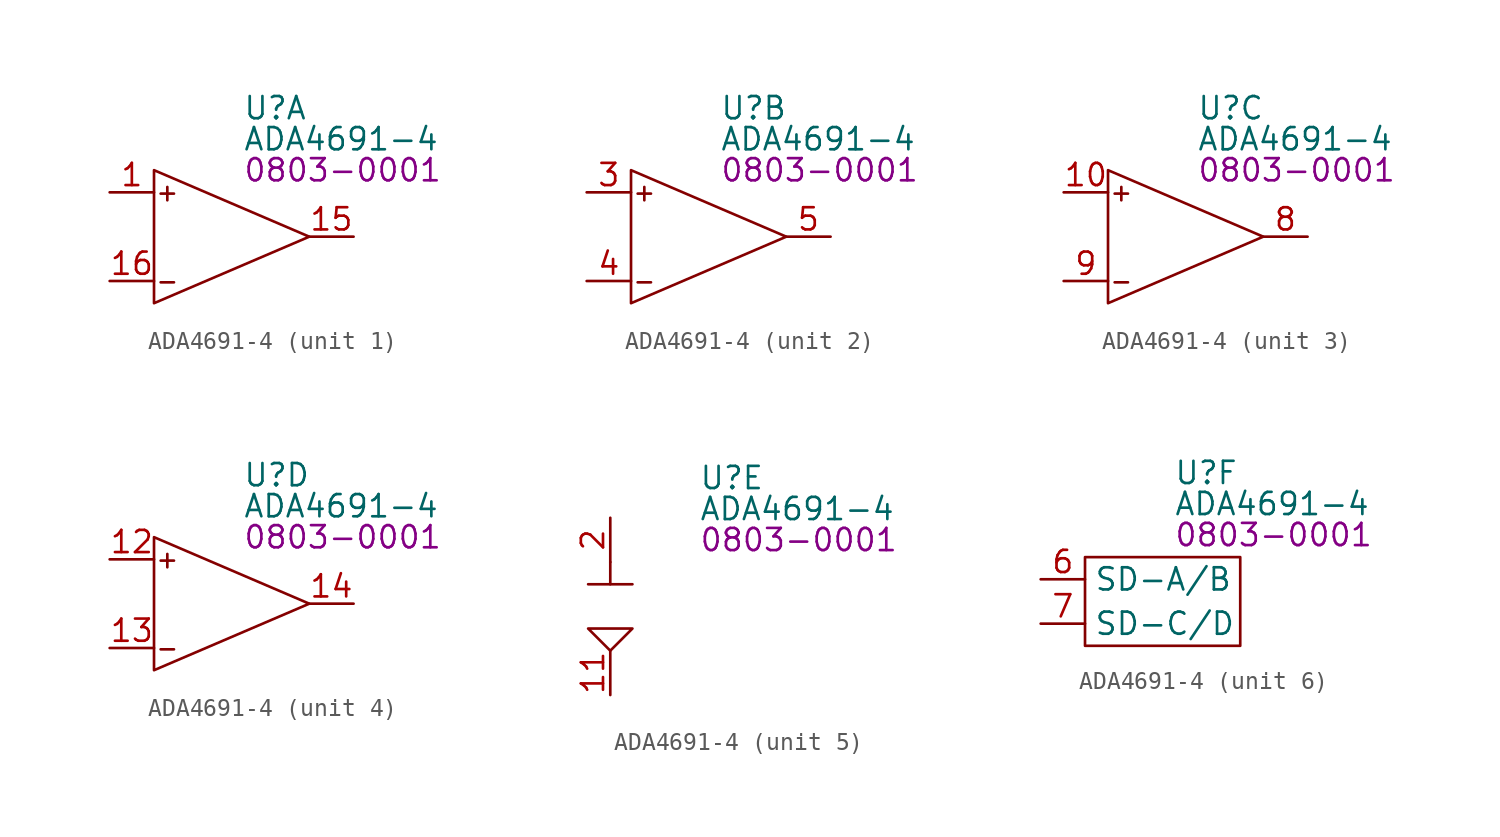
<source format=kicad_sym>
(kicad_symbol_lib
  (version 20231120)
  (generator "kicad_symbol_editor")
  (generator_version "8.0")
  (symbol "ADA4691-4"
    (property "Reference" "U"
      (at 5.08 7.366 0)
      (effects (justify left) (font (thickness 0) (bold no) (italic no) (size 1.27 1.27))))
    (property "Value" "ADA4691-4"
      (at 5.08 5.588 0)
      (effects (justify left) (font (thickness 0) (bold no) (italic no) (size 1.27 1.27))))
    (property "PartNumber" "0803-0001"
      (at 5.08 3.81 0)
      (effects (justify left) (font (thickness 0) (bold no) (italic no) (size 1.27 1.27))))
    (property "ki_locked" ""
      (at 0 0 0)
      (effects (font (thickness 0) (bold no) (italic no) (size 1.27 1.27))))
    (symbol "ADA4691-4_1_0"
      (pin input line (length 2.54) (at -2.54 2.54 0) (name "+INA" (effects (font (thickness 0) (bold no) (italic no) (size 0 0)))) (number "1" (effects (font (thickness 0) (bold no) (italic no) (size 1.27 1.27)))))
      (pin output line (length 2.54) (at 11.43 0 180) (name "OUTA" (effects (font (thickness 0) (bold no) (italic no) (size 0 0)))) (number "15" (effects (font (thickness 0) (bold no) (italic no) (size 1.27 1.27)))))
      (pin input line (length 2.54) (at -2.54 -2.54 0) (name "-INA" (effects (font (thickness 0) (bold no) (italic no) (size 0 0)))) (number "16" (effects (font (thickness 0) (bold no) (italic no) (size 1.27 1.27))))))
    (symbol "ADA4691-4_1_1"
      (polyline (pts (xy 0 3.81) (xy 8.89 0) (xy 0 -3.81) (xy 0 3.81)) (stroke (width 0) (type default)) (fill (type none)))
      (text "+" (at 0.762 2.54 0) (effects (font (thickness 0) (bold no) (italic no) (size 1 1))))
      (text "-" (at 0.762 -2.54 0) (effects (font (thickness 0) (bold no) (italic no) (size 1 1)))))
    (symbol "ADA4691-4_2_0"
      (pin input line (length 2.54) (at -2.54 2.54 0) (name "+INB" (effects (font (thickness 0) (bold no) (italic no) (size 0 0)))) (number "3" (effects (font (thickness 0) (bold no) (italic no) (size 1.27 1.27)))))
      (pin input line (length 2.54) (at -2.54 -2.54 0) (name "-INB" (effects (font (thickness 0) (bold no) (italic no) (size 0 0)))) (number "4" (effects (font (thickness 0) (bold no) (italic no) (size 1.27 1.27)))))
      (pin output line (length 2.54) (at 11.43 0 180) (name "OUTB" (effects (font (thickness 0) (bold no) (italic no) (size 0 0)))) (number "5" (effects (font (thickness 0) (bold no) (italic no) (size 1.27 1.27))))))
    (symbol "ADA4691-4_2_1"
      (polyline (pts (xy 0 3.81) (xy 8.89 0) (xy 0 -3.81) (xy 0 3.81)) (stroke (width 0) (type default)) (fill (type none)))
      (text "+" (at 0.762 2.54 0) (effects (font (thickness 0) (bold no) (italic no) (size 1 1))))
      (text "-" (at 0.762 -2.54 0) (effects (font (thickness 0) (bold no) (italic no) (size 1 1)))))
    (symbol "ADA4691-4_3_0"
      (pin input line (length 2.54) (at -2.54 2.54 0) (name "+INC" (effects (font (thickness 0) (bold no) (italic no) (size 0 0)))) (number "10" (effects (font (thickness 0) (bold no) (italic no) (size 1.27 1.27)))))
      (pin output line (length 2.54) (at 11.43 0 180) (name "OUTC" (effects (font (thickness 0) (bold no) (italic no) (size 0 0)))) (number "8" (effects (font (thickness 0) (bold no) (italic no) (size 1.27 1.27)))))
      (pin input line (length 2.54) (at -2.54 -2.54 0) (name "-INC" (effects (font (thickness 0) (bold no) (italic no) (size 0 0)))) (number "9" (effects (font (thickness 0) (bold no) (italic no) (size 1.27 1.27))))))
    (symbol "ADA4691-4_3_1"
      (polyline (pts (xy 0 3.81) (xy 8.89 0) (xy 0 -3.81) (xy 0 3.81)) (stroke (width 0) (type default)) (fill (type none)))
      (text "+" (at 0.762 2.54 0) (effects (font (thickness 0) (bold no) (italic no) (size 1 1))))
      (text "-" (at 0.762 -2.54 0) (effects (font (thickness 0) (bold no) (italic no) (size 1 1)))))
    (symbol "ADA4691-4_4_0"
      (pin input line (length 2.54) (at -2.54 2.54 0) (name "+IND" (effects (font (thickness 0) (bold no) (italic no) (size 0 0)))) (number "12" (effects (font (thickness 0) (bold no) (italic no) (size 1.27 1.27)))))
      (pin input line (length 2.54) (at -2.54 -2.54 0) (name "-IND" (effects (font (thickness 0) (bold no) (italic no) (size 0 0)))) (number "13" (effects (font (thickness 0) (bold no) (italic no) (size 1.27 1.27)))))
      (pin output line (length 2.54) (at 11.43 0 180) (name "OUTD" (effects (font (thickness 0) (bold no) (italic no) (size 0 0)))) (number "14" (effects (font (thickness 0) (bold no) (italic no) (size 1.27 1.27))))))
    (symbol "ADA4691-4_4_1"
      (polyline (pts (xy 0 3.81) (xy 8.89 0) (xy 0 -3.81) (xy 0 3.81)) (stroke (width 0) (type default)) (fill (type none)))
      (text "+" (at 0.762 2.54 0) (effects (font (thickness 0) (bold no) (italic no) (size 1 1))))
      (text "-" (at 0.762 -2.54 0) (effects (font (thickness 0) (bold no) (italic no) (size 1 1)))))
    (symbol "ADA4691-4_5_0"
      (pin power_in line (length 2.54) (at 0 -5.08 90) (name "V-" (effects (font (thickness 0) (bold no) (italic no) (size 0 0)))) (number "11" (effects (font (thickness 0) (bold no) (italic no) (size 1.27 1.27)))))
      (pin power_in line hide (length 2.54) (at 0 -5.08 90) (name "GND" (effects (font (thickness 0) (bold no) (italic no) (size 0 0)))) (number "17" (effects (font (thickness 0) (bold no) (italic no) (size 1.27 1.27)))))
      (pin power_in line (length 2.54) (at 0 5.08 270) (name "V+" (effects (font (thickness 0) (bold no) (italic no) (size 0 0)))) (number "2" (effects (font (thickness 0) (bold no) (italic no) (size 1.27 1.27))))))
    (symbol "ADA4691-4_5_1"
      (polyline (pts (xy -1.27 1.27) (xy 1.27 1.27)) (stroke (width 0) (type default)) (fill (type none)))
      (polyline (pts (xy 0 2.54) (xy 0 1.27)) (stroke (width 0) (type default)) (fill (type none)))
      (polyline (pts (xy 0 -2.54) (xy -1.27 -1.27) (xy 1.27 -1.27) (xy 0 -2.54)) (stroke (width 0) (type default)) (fill (type none))))
    (symbol "ADA4691-4_6_0"
      (pin input line (length 2.54) (at -2.54 1.27 0) (name "SD-A/B" (effects (font (thickness 0) (bold no) (italic no) (size 1.27 1.27)))) (number "6" (effects (font (thickness 0) (bold no) (italic no) (size 1.27 1.27)))))
      (pin input line (length 2.54) (at -2.54 -1.27 0) (name "SD-C/D" (effects (font (thickness 0) (bold no) (italic no) (size 1.27 1.27)))) (number "7" (effects (font (thickness 0) (bold no) (italic no) (size 1.27 1.27))))))
    (symbol "ADA4691-4_6_1"
      (polyline (pts (xy 0 2.54) (xy 0 -2.54) (xy 8.89 -2.54) (xy 8.89 2.54) (xy 0 2.54)) (stroke (width 0) (type default)) (fill (type none))))))
</source>
